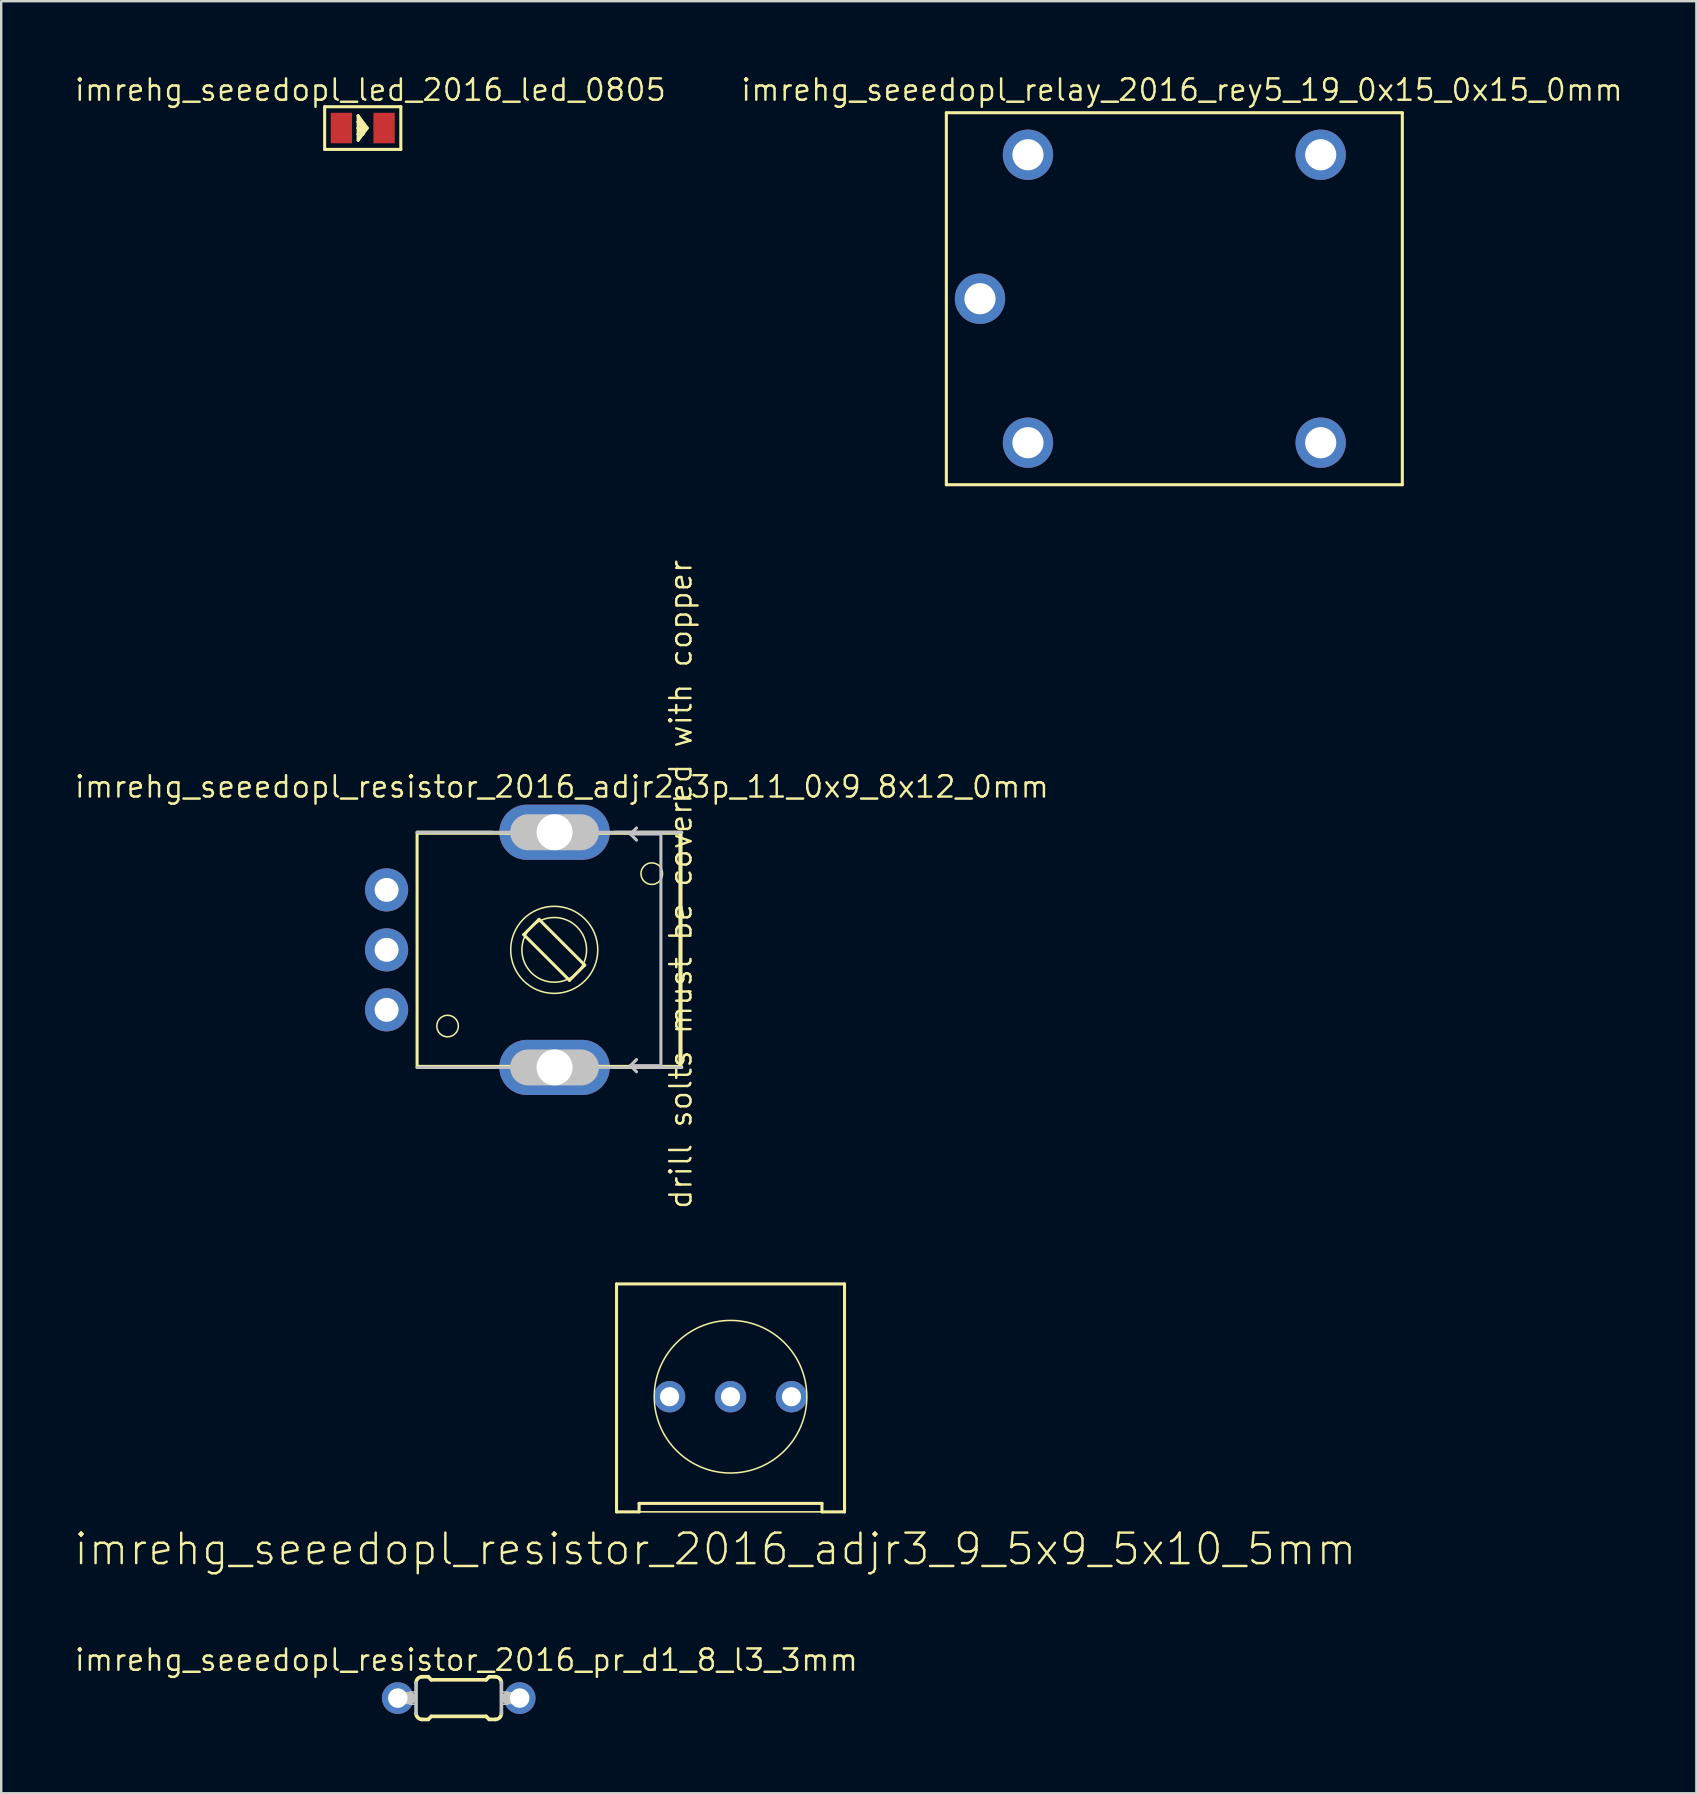
<source format=kicad_pcb>
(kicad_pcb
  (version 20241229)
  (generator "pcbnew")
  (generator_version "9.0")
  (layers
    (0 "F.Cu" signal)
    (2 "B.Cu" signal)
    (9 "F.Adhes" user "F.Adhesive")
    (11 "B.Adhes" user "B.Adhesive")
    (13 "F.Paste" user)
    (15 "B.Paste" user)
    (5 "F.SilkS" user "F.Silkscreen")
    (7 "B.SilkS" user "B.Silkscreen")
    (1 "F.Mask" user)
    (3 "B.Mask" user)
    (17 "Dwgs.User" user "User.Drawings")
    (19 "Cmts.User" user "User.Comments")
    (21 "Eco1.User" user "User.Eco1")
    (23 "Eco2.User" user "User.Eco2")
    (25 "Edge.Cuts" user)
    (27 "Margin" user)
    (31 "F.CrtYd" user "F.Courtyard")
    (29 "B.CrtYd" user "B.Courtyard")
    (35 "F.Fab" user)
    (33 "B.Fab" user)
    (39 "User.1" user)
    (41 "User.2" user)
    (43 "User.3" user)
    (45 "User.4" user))
  (footprint "imrehg_seeedopl_led_2016_led_0805"
    (layer "F.Cu")
    (at 12.065 2.286)
    (property "Reference" "imrehg_seeedopl_led_2016_led_0805" (at 0.318 -1.587 0) (layer "F.SilkS") (effects (font (size 0.889 0.889) (thickness 0.102))))
    (attr smd)
    (fp_line (start -1.587 -0.889) (end 1.587 -0.889) (stroke (width 0.066) (type solid)) (layer "F.SilkS"))
    (fp_line (start -1.587 -0.889) (end 1.587 -0.889) (stroke (width 0.127) (type solid)) (layer "F.SilkS"))
    (fp_line (start -1.587 0.889) (end -1.587 -0.889) (stroke (width 0.066) (type solid)) (layer "F.SilkS"))
    (fp_line (start -1.587 0.889) (end -1.587 -0.889) (stroke (width 0.127) (type solid)) (layer "F.SilkS"))
    (fp_line (start -1.587 0.889) (end 1.587 0.889) (stroke (width 0.066) (type solid)) (layer "F.SilkS"))
    (fp_line (start -0.191 -0.508) (end -0.191 -0.254) (stroke (width 0.127) (type solid)) (layer "F.SilkS"))
    (fp_line (start -0.191 -0.508) (end 0.127 0.064) (stroke (width 0.127) (type solid)) (layer "F.SilkS"))
    (fp_line (start -0.191 -0.254) (end -0.191 0) (stroke (width 0.127) (type solid)) (layer "F.SilkS"))
    (fp_line (start -0.191 -0.254) (end 0.064 0.127) (stroke (width 0.127) (type solid)) (layer "F.SilkS"))
    (fp_line (start -0.191 0) (end -0.191 0.254) (stroke (width 0.127) (type solid)) (layer "F.SilkS"))
    (fp_line (start -0.191 0) (end 0 0.254) (stroke (width 0.127) (type solid)) (layer "F.SilkS"))
    (fp_line (start -0.191 0.254) (end -0.191 0.508) (stroke (width 0.127) (type solid)) (layer "F.SilkS"))
    (fp_line (start -0.191 0.508) (end 0 0.254) (stroke (width 0.127) (type solid)) (layer "F.SilkS"))
    (fp_line (start 0 0.254) (end -0.191 0.254) (stroke (width 0.127) (type solid)) (layer "F.SilkS"))
    (fp_line (start 0 0.254) (end 0.191 0) (stroke (width 0.127) (type solid)) (layer "F.SilkS"))
    (fp_line (start 0.064 0.127) (end -0.191 0) (stroke (width 0.127) (type solid)) (layer "F.SilkS"))
    (fp_line (start 0.127 0.064) (end -0.191 -0.254) (stroke (width 0.127) (type solid)) (layer "F.SilkS"))
    (fp_line (start 0.191 0) (end -0.191 -0.508) (stroke (width 0.127) (type solid)) (layer "F.SilkS"))
    (fp_line (start 1.587 -0.889) (end 1.587 0.889) (stroke (width 0.127) (type solid)) (layer "F.SilkS"))
    (fp_line (start 1.587 0.889) (end -1.587 0.889) (stroke (width 0.127) (type solid)) (layer "F.SilkS"))
    (fp_line (start 1.587 0.889) (end 1.587 -0.889) (stroke (width 0.066) (type solid)) (layer "F.SilkS"))
    (pad "+" smd rect (at -0.889 0) (size 0.889 1.27) (layers "F.Cu" "F.Mask" "F.Paste"))
    (pad "-" smd rect (at 0.889 0) (size 0.889 1.27) (layers "F.Cu" "F.Mask" "F.Paste")))
  (footprint "imrehg_seeedopl_resistor_2016_adjr3_9_5x9_5x10_5mm"
    (layer "F.Cu")
    (at 27.391 55.151)
    (property "Reference" "imrehg_seeedopl_resistor_2016_adjr3_9_5x9_5x10_5mm" (at -0.635 6.35 180) (layer "F.SilkS") (effects (font (size 1.27 1.27) (thickness 0.102))))
    (attr exclude_from_pos_files exclude_from_bom)
    (fp_line (start -4.75 -4.699) (end 4.75 -4.699) (stroke (width 0.066) (type solid)) (layer "F.SilkS"))
    (fp_line (start -4.75 -4.699) (end 4.75 -4.699) (stroke (width 0.127) (type solid)) (layer "F.SilkS"))
    (fp_line (start -4.75 4.798) (end -4.75 -4.699) (stroke (width 0.066) (type solid)) (layer "F.SilkS"))
    (fp_line (start -4.75 4.798) (end -4.75 -4.699) (stroke (width 0.127) (type solid)) (layer "F.SilkS"))
    (fp_line (start -4.75 4.798) (end 4.75 4.798) (stroke (width 0.066) (type solid)) (layer "F.SilkS"))
    (fp_line (start -3.81 4.445) (end 3.81 4.445) (stroke (width 0.127) (type solid)) (layer "F.SilkS"))
    (fp_line (start -3.81 4.798) (end -4.75 4.798) (stroke (width 0.127) (type solid)) (layer "F.SilkS"))
    (fp_line (start -3.81 4.798) (end -3.81 4.445) (stroke (width 0.127) (type solid)) (layer "F.SilkS"))
    (fp_line (start 3.81 4.445) (end 3.81 4.798) (stroke (width 0.127) (type solid)) (layer "F.SilkS"))
    (fp_line (start 4.75 -4.699) (end 4.75 4.798) (stroke (width 0.127) (type solid)) (layer "F.SilkS"))
    (fp_line (start 4.75 4.798) (end 3.81 4.798) (stroke (width 0.127) (type solid)) (layer "F.SilkS"))
    (fp_line (start 4.75 4.798) (end 4.75 -4.699) (stroke (width 0.066) (type solid)) (layer "F.SilkS"))
    (fp_circle (center 0 0) (end -2.248 2.248) (stroke (width 0.064) (type solid)) (fill no) (layer "F.SilkS"))
    (pad "1" thru_hole circle (at -2.54 0) (size 1.306 1.306) (drill 0.798) (layers "*.Cu" "*.Paste" "*.Mask"))
    (pad "2" thru_hole circle (at 0 0) (size 1.306 1.306) (drill 0.798) (layers "*.Cu" "*.Paste" "*.Mask"))
    (pad "3" thru_hole circle (at 2.54 0) (size 1.306 1.306) (drill 0.798) (layers "*.Cu" "*.Paste" "*.Mask")))
  (footprint "imrehg_seeedopl_resistor_2016_pr_d1_8_l3_3mm"
    (layer "F.Cu")
    (at 16.065 67.709)
    (property "Reference" "imrehg_seeedopl_resistor_2016_pr_d1_8_l3_3mm" (at 0.318 -1.587 0) (layer "F.SilkS") (effects (font (size 0.889 0.889) (thickness 0.102))))
    (attr exclude_from_pos_files exclude_from_bom)
    (fp_line (start -1.524 -0.889) (end -1.27 -0.889) (stroke (width 0.152) (type solid)) (layer "F.SilkS"))
    (fp_line (start -1.524 0.889) (end -1.27 0.889) (stroke (width 0.152) (type solid)) (layer "F.SilkS"))
    (fp_line (start -1.143 -0.762) (end -1.27 -0.889) (stroke (width 0.152) (type solid)) (layer "F.SilkS"))
    (fp_line (start -1.143 0.762) (end -1.27 0.889) (stroke (width 0.152) (type solid)) (layer "F.SilkS"))
    (fp_line (start 1.143 -0.762) (end -1.143 -0.762) (stroke (width 0.152) (type solid)) (layer "F.SilkS"))
    (fp_line (start 1.143 -0.762) (end 1.27 -0.889) (stroke (width 0.152) (type solid)) (layer "F.SilkS"))
    (fp_line (start 1.143 0.762) (end -1.143 0.762) (stroke (width 0.152) (type solid)) (layer "F.SilkS"))
    (fp_line (start 1.143 0.762) (end 1.27 0.889) (stroke (width 0.152) (type solid)) (layer "F.SilkS"))
    (fp_line (start 1.524 -0.889) (end 1.27 -0.889) (stroke (width 0.152) (type solid)) (layer "F.SilkS"))
    (fp_line (start 1.524 0.889) (end 1.27 0.889) (stroke (width 0.152) (type solid)) (layer "F.SilkS"))
    (fp_arc (start -1.778 -0.635) (mid -1.703605 -0.814605) (end -1.524 -0.889) (stroke (width 0.1524) (type solid)) (layer "F.SilkS"))
    (fp_arc (start -1.524 0.889) (mid -1.703605 0.814605) (end -1.778 0.635) (stroke (width 0.1524) (type solid)) (layer "F.SilkS"))
    (fp_arc (start 1.524 -0.889) (mid 1.703605 -0.814605) (end 1.778 -0.635) (stroke (width 0.1524) (type solid)) (layer "F.SilkS"))
    (fp_arc (start 1.778 0.635) (mid 1.703605 0.814605) (end 1.524 0.889) (stroke (width 0.1524) (type solid)) (layer "F.SilkS"))
    (fp_line (start -2.54 0) (end -2.032 0) (stroke (width 0.508) (type solid)) (layer "Dwgs.User"))
    (fp_line (start -2.032 -0.254) (end -1.778 -0.254) (stroke (width 0.066) (type solid)) (layer "Dwgs.User"))
    (fp_line (start -2.032 0.254) (end -2.032 -0.254) (stroke (width 0.066) (type solid)) (layer "Dwgs.User"))
    (fp_line (start -2.032 0.254) (end -1.778 0.254) (stroke (width 0.066) (type solid)) (layer "Dwgs.User"))
    (fp_line (start -1.778 0.254) (end -1.778 -0.254) (stroke (width 0.066) (type solid)) (layer "Dwgs.User"))
    (fp_line (start -1.778 0.635) (end -1.778 -0.635) (stroke (width 0.152) (type solid)) (layer "Dwgs.User"))
    (fp_line (start 1.778 -0.254) (end 2.032 -0.254) (stroke (width 0.066) (type solid)) (layer "Dwgs.User"))
    (fp_line (start 1.778 0.254) (end 1.778 -0.254) (stroke (width 0.066) (type solid)) (layer "Dwgs.User"))
    (fp_line (start 1.778 0.254) (end 2.032 0.254) (stroke (width 0.066) (type solid)) (layer "Dwgs.User"))
    (fp_line (start 1.778 0.635) (end 1.778 -0.635) (stroke (width 0.152) (type solid)) (layer "Dwgs.User"))
    (fp_line (start 2.032 0.254) (end 2.032 -0.254) (stroke (width 0.066) (type solid)) (layer "Dwgs.User"))
    (fp_line (start 2.54 0) (end 2.032 0) (stroke (width 0.508) (type solid)) (layer "Dwgs.User"))
    (pad "5" thru_hole circle (at -2.54 0) (size 1.321 1.321) (drill 0.813) (layers "*.Cu" "*.Paste" "*.Mask"))
    (pad "6" thru_hole circle (at 2.54 0) (size 1.321 1.321) (drill 0.813) (layers "*.Cu" "*.Paste" "*.Mask")))
  (footprint "imrehg_seeedopl_relay_2016_rey5_19_0x15_0x15_0mm"
    (layer "F.Cu")
    (at 45.884 9.398)
    (property "Reference" "imrehg_seeedopl_relay_2016_rey5_19_0x15_0x15_0mm" (at 0.318 -8.7 0) (layer "F.SilkS") (effects (font (size 0.889 0.889) (thickness 0.102))))
    (attr exclude_from_pos_files exclude_from_bom)
    (fp_line (start -9.5 -7.75) (end -9.5 7.75) (stroke (width 0.127) (type solid)) (layer "F.SilkS"))
    (fp_line (start -9.5 -7.75) (end 9.5 -7.75) (stroke (width 0.066) (type solid)) (layer "F.SilkS"))
    (fp_line (start -9.5 7.75) (end -9.5 -7.75) (stroke (width 0.066) (type solid)) (layer "F.SilkS"))
    (fp_line (start -9.5 7.75) (end 9.5 7.75) (stroke (width 0.066) (type solid)) (layer "F.SilkS"))
    (fp_line (start -9.5 7.75) (end 9.5 7.75) (stroke (width 0.127) (type solid)) (layer "F.SilkS"))
    (fp_line (start 9.5 -7.75) (end -9.5 -7.75) (stroke (width 0.127) (type solid)) (layer "F.SilkS"))
    (fp_line (start 9.5 7.75) (end 9.5 -7.75) (stroke (width 0.066) (type solid)) (layer "F.SilkS"))
    (fp_line (start 9.5 7.75) (end 9.5 -7.75) (stroke (width 0.127) (type solid)) (layer "F.SilkS"))
    (pad "1" thru_hole circle (at -8.098 0) (size 2.098 2.098) (drill 1.298) (layers "*.Cu" "*.Paste" "*.Mask"))
    (pad "2" thru_hole circle (at -6.099 5.999) (size 2.098 2.098) (drill 1.298) (layers "*.Cu" "*.Paste" "*.Mask"))
    (pad "3" thru_hole circle (at -6.099 -5.999) (size 2.098 2.098) (drill 1.298) (layers "*.Cu" "*.Paste" "*.Mask"))
    (pad "4" thru_hole circle (at 6.099 5.999) (size 2.098 2.098) (drill 1.298) (layers "*.Cu" "*.Paste" "*.Mask"))
    (pad "5" thru_hole circle (at 6.099 -5.999) (size 2.098 2.098) (drill 1.298) (layers "*.Cu" "*.Paste" "*.Mask")))
  (footprint "imrehg_seeedopl_resistor_2016_adjr2_3p_11_0x9_8x12_0mm"
    (layer "F.Cu")
    (at 13.06 36.53)
    (property "Reference" "imrehg_seeedopl_resistor_2016_adjr2_3p_11_0x9_8x12_0mm" (at 7.303 -6.795 0) (layer "F.SilkS") (effects (font (size 0.889 0.889) (thickness 0.102))))
    (attr exclude_from_pos_files exclude_from_bom)
    (fp_line (start 1.27 -4.826) (end 12.192 -4.826) (stroke (width 0.066) (type solid)) (layer "F.SilkS"))
    (fp_line (start 1.27 4.826) (end 1.27 -4.826) (stroke (width 0.066) (type solid)) (layer "F.SilkS"))
    (fp_line (start 1.27 4.826) (end 12.192 4.826) (stroke (width 0.066) (type solid)) (layer "F.SilkS"))
    (fp_line (start 1.27 4.9) (end 1.27 -4.9) (stroke (width 0.127) (type solid)) (layer "F.SilkS"))
    (fp_line (start 1.298 -4.9) (end 4.399 -4.9) (stroke (width 0.127) (type solid)) (layer "F.SilkS"))
    (fp_line (start 1.298 4.9) (end 4.498 4.9) (stroke (width 0.127) (type solid)) (layer "F.SilkS"))
    (fp_line (start 5.715 -0.635) (end 6.35 -1.27) (stroke (width 0.127) (type solid)) (layer "F.SilkS"))
    (fp_line (start 6.35 -1.27) (end 8.255 0.635) (stroke (width 0.127) (type solid)) (layer "F.SilkS"))
    (fp_line (start 7.62 1.27) (end 5.715 -0.635) (stroke (width 0.127) (type solid)) (layer "F.SilkS"))
    (fp_line (start 8.255 0.635) (end 7.62 1.27) (stroke (width 0.127) (type solid)) (layer "F.SilkS"))
    (fp_line (start 12.192 4.826) (end 12.192 -4.826) (stroke (width 0.066) (type solid)) (layer "F.SilkS"))
    (fp_line (start 12.268 -4.9) (end 12.268 4.9) (stroke (width 0.127) (type solid)) (layer "F.SilkS"))
    (fp_line (start 12.299 -4.9) (end 9.5 -4.9) (stroke (width 0.127) (type solid)) (layer "F.SilkS"))
    (fp_line (start 12.299 4.9) (end 9.5 4.9) (stroke (width 0.127) (type solid)) (layer "F.SilkS"))
    (fp_circle (center 2.54 3.175) (end 2.857 3.493) (stroke (width 0.064) (type solid)) (fill no) (layer "F.SilkS"))
    (fp_circle (center 6.985 0) (end 7.938 0.953) (stroke (width 0.064) (type solid)) (fill no) (layer "F.SilkS"))
    (fp_circle (center 6.985 0) (end 8.268 1.283) (stroke (width 0.064) (type solid)) (fill no) (layer "F.SilkS"))
    (fp_circle (center 11.049 -3.175) (end 11.367 -3.493) (stroke (width 0.064) (type solid)) (fill no) (layer "F.SilkS"))
    (fp_line (start 1.27 -4.9) (end 12.268 -4.9) (stroke (width 0.127) (type solid)) (layer "Dwgs.User"))
    (fp_line (start 5.898 -4.9) (end 8.098 -4.9) (stroke (width 1.499) (type solid)) (layer "Dwgs.User"))
    (fp_line (start 5.898 4.9) (end 8.098 4.9) (stroke (width 1.499) (type solid)) (layer "Dwgs.User"))
    (fp_line (start 10.16 -4.826) (end 10.414 -5.08) (stroke (width 0.127) (type solid)) (layer "Dwgs.User"))
    (fp_line (start 10.16 -4.826) (end 10.414 -4.572) (stroke (width 0.127) (type solid)) (layer "Dwgs.User"))
    (fp_line (start 10.16 -4.826) (end 11.43 -4.826) (stroke (width 0.127) (type solid)) (layer "Dwgs.User"))
    (fp_line (start 10.16 4.826) (end 10.414 5.08) (stroke (width 0.127) (type solid)) (layer "Dwgs.User"))
    (fp_line (start 10.414 4.572) (end 10.16 4.826) (stroke (width 0.127) (type solid)) (layer "Dwgs.User"))
    (fp_line (start 11.43 -4.826) (end 11.43 4.826) (stroke (width 0.127) (type solid)) (layer "Dwgs.User"))
    (fp_line (start 11.43 4.826) (end 10.16 4.826) (stroke (width 0.127) (type solid)) (layer "Dwgs.User"))
    (fp_line (start 12.268 4.9) (end 1.27 4.9) (stroke (width 0.127) (type solid)) (layer "Dwgs.User"))
    (fp_text user "drill solts must be covered with copper" (at 12.255 -2.731 90) (layer "F.SilkS") (effects (font (size 0.889 0.889) (thickness 0.102))))
    (pad "1" thru_hole circle (at 0 -2.499) (size 1.798 1.798) (drill 0.998) (layers "*.Cu" "*.Paste" "*.Mask"))
    (pad "2" thru_hole circle (at 0 0) (size 1.798 1.798) (drill 0.998) (layers "*.Cu" "*.Paste" "*.Mask"))
    (pad "3" thru_hole circle (at 0 2.499) (size 1.798 1.798) (drill 0.998) (layers "*.Cu" "*.Paste" "*.Mask"))
    (pad "P1" thru_hole oval (at 6.998 -4.9 90) (size 2.299 4.6) (drill 1.499) (layers "*.Cu" "*.Paste" "*.Mask"))
    (pad "P2" thru_hole oval (at 6.998 4.9 90) (size 2.299 4.6) (drill 1.499) (layers "*.Cu" "*.Paste" "*.Mask")))
  (gr_rect
    (start -3 -3)
    (end 67.637 71.674)
    (stroke (width 0.1) (type default))
    (fill no)
    (layer "Edge.Cuts")))
</source>
